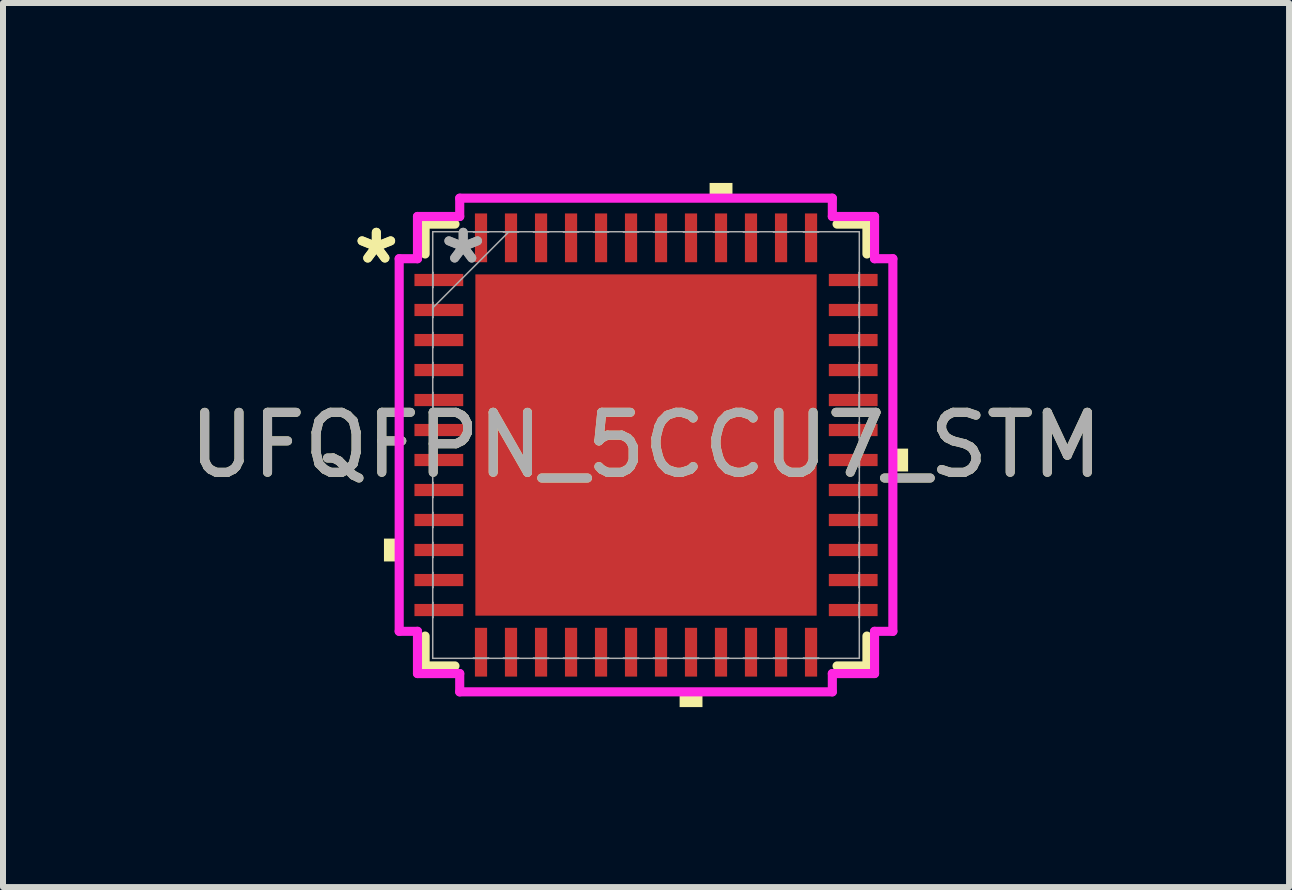
<source format=kicad_pcb>
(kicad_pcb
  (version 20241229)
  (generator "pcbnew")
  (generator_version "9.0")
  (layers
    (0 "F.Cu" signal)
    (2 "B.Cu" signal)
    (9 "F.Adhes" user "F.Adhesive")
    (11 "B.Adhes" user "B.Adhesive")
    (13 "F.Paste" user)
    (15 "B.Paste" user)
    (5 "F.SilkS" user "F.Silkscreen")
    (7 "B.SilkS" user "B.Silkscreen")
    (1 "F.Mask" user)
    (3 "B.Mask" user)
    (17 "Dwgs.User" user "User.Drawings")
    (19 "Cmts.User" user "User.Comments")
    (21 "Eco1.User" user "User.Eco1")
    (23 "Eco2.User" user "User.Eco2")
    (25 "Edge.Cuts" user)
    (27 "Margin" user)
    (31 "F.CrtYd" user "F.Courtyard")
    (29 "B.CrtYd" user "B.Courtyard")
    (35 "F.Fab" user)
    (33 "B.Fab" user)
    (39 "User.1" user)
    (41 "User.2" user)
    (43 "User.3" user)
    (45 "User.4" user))
  (footprint "UFQFPN_5CCU7_STM"
    (layer "F.Cu")
    (at 7.72 4.369)
    (property "Reference" "UFQFPN_5CCU7_STM" (at 0 0 0) (unlocked yes) (layer "F.SilkS") (effects (font (size 1 1) (thickness 0.15))))
    (attr smd)
    (fp_line (start -3.683 -3.683) (end -3.683 -3.185) (stroke (width 0.152) (type solid)) (layer "F.SilkS"))
    (fp_line (start -3.683 3.185) (end -3.683 3.683) (stroke (width 0.152) (type solid)) (layer "F.SilkS"))
    (fp_line (start -3.683 3.683) (end -3.185 3.683) (stroke (width 0.152) (type solid)) (layer "F.SilkS"))
    (fp_line (start -3.185 -3.683) (end -3.683 -3.683) (stroke (width 0.152) (type solid)) (layer "F.SilkS"))
    (fp_line (start 3.185 3.683) (end 3.683 3.683) (stroke (width 0.152) (type solid)) (layer "F.SilkS"))
    (fp_line (start 3.683 -3.683) (end 3.185 -3.683) (stroke (width 0.152) (type solid)) (layer "F.SilkS"))
    (fp_line (start 3.683 -3.185) (end 3.683 -3.683) (stroke (width 0.152) (type solid)) (layer "F.SilkS"))
    (fp_line (start 3.683 3.683) (end 3.683 3.185) (stroke (width 0.152) (type solid)) (layer "F.SilkS"))
    (fp_poly (pts (xy -4.369 1.56) (xy -4.369 1.941) (xy -4.115 1.941) (xy -4.115 1.56)) (stroke (width 0) (type solid)) (fill yes) (layer "F.SilkS"))
    (fp_poly (pts (xy 0.56 4.115) (xy 0.56 4.369) (xy 0.941 4.369) (xy 0.941 4.115)) (stroke (width 0) (type solid)) (fill yes) (layer "F.SilkS"))
    (fp_poly (pts (xy 1.06 -4.115) (xy 1.06 -4.369) (xy 1.441 -4.369) (xy 1.441 -4.115)) (stroke (width 0) (type solid)) (fill yes) (layer "F.SilkS"))
    (fp_poly (pts (xy 4.369 0.06) (xy 4.369 0.441) (xy 4.115 0.441) (xy 4.115 0.06)) (stroke (width 0) (type solid)) (fill yes) (layer "F.SilkS"))
    (fp_poly (pts (xy -2.745 -2.745) (xy -2.745 -1.522) (xy -1.522 -1.522) (xy -1.522 -2.745)) (stroke (width 0) (type solid)) (fill yes) (layer "F.Paste"))
    (fp_poly (pts (xy -2.745 -1.322) (xy -2.745 -0.1) (xy -1.522 -0.1) (xy -1.522 -1.322)) (stroke (width 0) (type solid)) (fill yes) (layer "F.Paste"))
    (fp_poly (pts (xy -2.745 0.1) (xy -2.745 1.322) (xy -1.522 1.322) (xy -1.522 0.1)) (stroke (width 0) (type solid)) (fill yes) (layer "F.Paste"))
    (fp_poly (pts (xy -2.745 1.522) (xy -2.745 2.745) (xy -1.522 2.745) (xy -1.522 1.522)) (stroke (width 0) (type solid)) (fill yes) (layer "F.Paste"))
    (fp_poly (pts (xy -1.322 -2.745) (xy -1.322 -1.522) (xy -0.1 -1.522) (xy -0.1 -2.745)) (stroke (width 0) (type solid)) (fill yes) (layer "F.Paste"))
    (fp_poly (pts (xy -1.322 -1.322) (xy -1.322 -0.1) (xy -0.1 -0.1) (xy -0.1 -1.322)) (stroke (width 0) (type solid)) (fill yes) (layer "F.Paste"))
    (fp_poly (pts (xy -1.322 0.1) (xy -1.322 1.322) (xy -0.1 1.322) (xy -0.1 0.1)) (stroke (width 0) (type solid)) (fill yes) (layer "F.Paste"))
    (fp_poly (pts (xy -1.322 1.522) (xy -1.322 2.745) (xy -0.1 2.745) (xy -0.1 1.522)) (stroke (width 0) (type solid)) (fill yes) (layer "F.Paste"))
    (fp_poly (pts (xy 0.1 -2.745) (xy 0.1 -1.522) (xy 1.322 -1.522) (xy 1.322 -2.745)) (stroke (width 0) (type solid)) (fill yes) (layer "F.Paste"))
    (fp_poly (pts (xy 0.1 -1.322) (xy 0.1 -0.1) (xy 1.322 -0.1) (xy 1.322 -1.322)) (stroke (width 0) (type solid)) (fill yes) (layer "F.Paste"))
    (fp_poly (pts (xy 0.1 0.1) (xy 0.1 1.322) (xy 1.322 1.322) (xy 1.322 0.1)) (stroke (width 0) (type solid)) (fill yes) (layer "F.Paste"))
    (fp_poly (pts (xy 0.1 1.522) (xy 0.1 2.745) (xy 1.322 2.745) (xy 1.322 1.522)) (stroke (width 0) (type solid)) (fill yes) (layer "F.Paste"))
    (fp_poly (pts (xy 1.522 -2.745) (xy 1.522 -1.522) (xy 2.745 -1.522) (xy 2.745 -2.745)) (stroke (width 0) (type solid)) (fill yes) (layer "F.Paste"))
    (fp_poly (pts (xy 1.522 -1.322) (xy 1.522 -0.1) (xy 2.745 -0.1) (xy 2.745 -1.322)) (stroke (width 0) (type solid)) (fill yes) (layer "F.Paste"))
    (fp_poly (pts (xy 1.522 0.1) (xy 1.522 1.322) (xy 2.745 1.322) (xy 2.745 0.1)) (stroke (width 0) (type solid)) (fill yes) (layer "F.Paste"))
    (fp_poly (pts (xy 1.522 1.522) (xy 1.522 2.745) (xy 2.745 2.745) (xy 2.745 1.522)) (stroke (width 0) (type solid)) (fill yes) (layer "F.Paste"))
    (fp_line (start -4.115 -3.106) (end -3.81 -3.106) (stroke (width 0.152) (type solid)) (layer "F.CrtYd"))
    (fp_line (start -4.115 3.106) (end -4.115 -3.106) (stroke (width 0.152) (type solid)) (layer "F.CrtYd"))
    (fp_line (start -3.81 -3.81) (end -3.106 -3.81) (stroke (width 0.152) (type solid)) (layer "F.CrtYd"))
    (fp_line (start -3.81 -3.106) (end -3.81 -3.81) (stroke (width 0.152) (type solid)) (layer "F.CrtYd"))
    (fp_line (start -3.81 3.106) (end -4.115 3.106) (stroke (width 0.152) (type solid)) (layer "F.CrtYd"))
    (fp_line (start -3.81 3.81) (end -3.81 3.106) (stroke (width 0.152) (type solid)) (layer "F.CrtYd"))
    (fp_line (start -3.106 -4.115) (end 3.106 -4.115) (stroke (width 0.152) (type solid)) (layer "F.CrtYd"))
    (fp_line (start -3.106 -3.81) (end -3.106 -4.115) (stroke (width 0.152) (type solid)) (layer "F.CrtYd"))
    (fp_line (start -3.106 3.81) (end -3.81 3.81) (stroke (width 0.152) (type solid)) (layer "F.CrtYd"))
    (fp_line (start -3.106 4.115) (end -3.106 3.81) (stroke (width 0.152) (type solid)) (layer "F.CrtYd"))
    (fp_line (start 3.106 -4.115) (end 3.106 -3.81) (stroke (width 0.152) (type solid)) (layer "F.CrtYd"))
    (fp_line (start 3.106 -3.81) (end 3.81 -3.81) (stroke (width 0.152) (type solid)) (layer "F.CrtYd"))
    (fp_line (start 3.106 3.81) (end 3.106 4.115) (stroke (width 0.152) (type solid)) (layer "F.CrtYd"))
    (fp_line (start 3.106 4.115) (end -3.106 4.115) (stroke (width 0.152) (type solid)) (layer "F.CrtYd"))
    (fp_line (start 3.81 -3.81) (end 3.81 -3.106) (stroke (width 0.152) (type solid)) (layer "F.CrtYd"))
    (fp_line (start 3.81 -3.106) (end 4.115 -3.106) (stroke (width 0.152) (type solid)) (layer "F.CrtYd"))
    (fp_line (start 3.81 3.106) (end 3.81 3.81) (stroke (width 0.152) (type solid)) (layer "F.CrtYd"))
    (fp_line (start 3.81 3.81) (end 3.106 3.81) (stroke (width 0.152) (type solid)) (layer "F.CrtYd"))
    (fp_line (start 4.115 -3.106) (end 4.115 3.106) (stroke (width 0.152) (type solid)) (layer "F.CrtYd"))
    (fp_line (start 4.115 3.106) (end 3.81 3.106) (stroke (width 0.152) (type solid)) (layer "F.CrtYd"))
    (fp_line (start -3.556 -3.556) (end -3.556 -3.556) (stroke (width 0.025) (type solid)) (layer "F.Fab"))
    (fp_line (start -3.556 -3.556) (end -3.556 3.556) (stroke (width 0.025) (type solid)) (layer "F.Fab"))
    (fp_line (start -3.556 -2.878) (end -3.556 -2.878) (stroke (width 0.025) (type solid)) (layer "F.Fab"))
    (fp_line (start -3.556 -2.878) (end -3.556 -2.624) (stroke (width 0.025) (type solid)) (layer "F.Fab"))
    (fp_line (start -3.556 -2.624) (end -3.556 -2.878) (stroke (width 0.025) (type solid)) (layer "F.Fab"))
    (fp_line (start -3.556 -2.624) (end -3.556 -2.624) (stroke (width 0.025) (type solid)) (layer "F.Fab"))
    (fp_line (start -3.556 -2.378) (end -3.556 -2.378) (stroke (width 0.025) (type solid)) (layer "F.Fab"))
    (fp_line (start -3.556 -2.378) (end -3.556 -2.124) (stroke (width 0.025) (type solid)) (layer "F.Fab"))
    (fp_line (start -3.556 -2.286) (end -2.286 -3.556) (stroke (width 0.025) (type solid)) (layer "F.Fab"))
    (fp_line (start -3.556 -2.124) (end -3.556 -2.378) (stroke (width 0.025) (type solid)) (layer "F.Fab"))
    (fp_line (start -3.556 -2.124) (end -3.556 -2.124) (stroke (width 0.025) (type solid)) (layer "F.Fab"))
    (fp_line (start -3.556 -1.877) (end -3.556 -1.877) (stroke (width 0.025) (type solid)) (layer "F.Fab"))
    (fp_line (start -3.556 -1.877) (end -3.556 -1.623) (stroke (width 0.025) (type solid)) (layer "F.Fab"))
    (fp_line (start -3.556 -1.623) (end -3.556 -1.877) (stroke (width 0.025) (type solid)) (layer "F.Fab"))
    (fp_line (start -3.556 -1.623) (end -3.556 -1.623) (stroke (width 0.025) (type solid)) (layer "F.Fab"))
    (fp_line (start -3.556 -1.377) (end -3.556 -1.377) (stroke (width 0.025) (type solid)) (layer "F.Fab"))
    (fp_line (start -3.556 -1.377) (end -3.556 -1.123) (stroke (width 0.025) (type solid)) (layer "F.Fab"))
    (fp_line (start -3.556 -1.123) (end -3.556 -1.377) (stroke (width 0.025) (type solid)) (layer "F.Fab"))
    (fp_line (start -3.556 -1.123) (end -3.556 -1.123) (stroke (width 0.025) (type solid)) (layer "F.Fab"))
    (fp_line (start -3.556 -0.877) (end -3.556 -0.877) (stroke (width 0.025) (type solid)) (layer "F.Fab"))
    (fp_line (start -3.556 -0.877) (end -3.556 -0.623) (stroke (width 0.025) (type solid)) (layer "F.Fab"))
    (fp_line (start -3.556 -0.623) (end -3.556 -0.877) (stroke (width 0.025) (type solid)) (layer "F.Fab"))
    (fp_line (start -3.556 -0.623) (end -3.556 -0.623) (stroke (width 0.025) (type solid)) (layer "F.Fab"))
    (fp_line (start -3.556 -0.377) (end -3.556 -0.377) (stroke (width 0.025) (type solid)) (layer "F.Fab"))
    (fp_line (start -3.556 -0.377) (end -3.556 -0.123) (stroke (width 0.025) (type solid)) (layer "F.Fab"))
    (fp_line (start -3.556 -0.123) (end -3.556 -0.377) (stroke (width 0.025) (type solid)) (layer "F.Fab"))
    (fp_line (start -3.556 -0.123) (end -3.556 -0.123) (stroke (width 0.025) (type solid)) (layer "F.Fab"))
    (fp_line (start -3.556 0.123) (end -3.556 0.123) (stroke (width 0.025) (type solid)) (layer "F.Fab"))
    (fp_line (start -3.556 0.123) (end -3.556 0.377) (stroke (width 0.025) (type solid)) (layer "F.Fab"))
    (fp_line (start -3.556 0.377) (end -3.556 0.123) (stroke (width 0.025) (type solid)) (layer "F.Fab"))
    (fp_line (start -3.556 0.377) (end -3.556 0.377) (stroke (width 0.025) (type solid)) (layer "F.Fab"))
    (fp_line (start -3.556 0.623) (end -3.556 0.623) (stroke (width 0.025) (type solid)) (layer "F.Fab"))
    (fp_line (start -3.556 0.623) (end -3.556 0.877) (stroke (width 0.025) (type solid)) (layer "F.Fab"))
    (fp_line (start -3.556 0.877) (end -3.556 0.623) (stroke (width 0.025) (type solid)) (layer "F.Fab"))
    (fp_line (start -3.556 0.877) (end -3.556 0.877) (stroke (width 0.025) (type solid)) (layer "F.Fab"))
    (fp_line (start -3.556 1.123) (end -3.556 1.123) (stroke (width 0.025) (type solid)) (layer "F.Fab"))
    (fp_line (start -3.556 1.123) (end -3.556 1.377) (stroke (width 0.025) (type solid)) (layer "F.Fab"))
    (fp_line (start -3.556 1.377) (end -3.556 1.123) (stroke (width 0.025) (type solid)) (layer "F.Fab"))
    (fp_line (start -3.556 1.377) (end -3.556 1.377) (stroke (width 0.025) (type solid)) (layer "F.Fab"))
    (fp_line (start -3.556 1.623) (end -3.556 1.623) (stroke (width 0.025) (type solid)) (layer "F.Fab"))
    (fp_line (start -3.556 1.623) (end -3.556 1.877) (stroke (width 0.025) (type solid)) (layer "F.Fab"))
    (fp_line (start -3.556 1.877) (end -3.556 1.623) (stroke (width 0.025) (type solid)) (layer "F.Fab"))
    (fp_line (start -3.556 1.877) (end -3.556 1.877) (stroke (width 0.025) (type solid)) (layer "F.Fab"))
    (fp_line (start -3.556 2.124) (end -3.556 2.124) (stroke (width 0.025) (type solid)) (layer "F.Fab"))
    (fp_line (start -3.556 2.124) (end -3.556 2.378) (stroke (width 0.025) (type solid)) (layer "F.Fab"))
    (fp_line (start -3.556 2.378) (end -3.556 2.124) (stroke (width 0.025) (type solid)) (layer "F.Fab"))
    (fp_line (start -3.556 2.378) (end -3.556 2.378) (stroke (width 0.025) (type solid)) (layer "F.Fab"))
    (fp_line (start -3.556 2.624) (end -3.556 2.624) (stroke (width 0.025) (type solid)) (layer "F.Fab"))
    (fp_line (start -3.556 2.624) (end -3.556 2.878) (stroke (width 0.025) (type solid)) (layer "F.Fab"))
    (fp_line (start -3.556 2.878) (end -3.556 2.624) (stroke (width 0.025) (type solid)) (layer "F.Fab"))
    (fp_line (start -3.556 2.878) (end -3.556 2.878) (stroke (width 0.025) (type solid)) (layer "F.Fab"))
    (fp_line (start -3.556 3.556) (end -3.556 3.556) (stroke (width 0.025) (type solid)) (layer "F.Fab"))
    (fp_line (start -3.556 3.556) (end 3.556 3.556) (stroke (width 0.025) (type solid)) (layer "F.Fab"))
    (fp_line (start -2.878 -3.556) (end -2.878 -3.556) (stroke (width 0.025) (type solid)) (layer "F.Fab"))
    (fp_line (start -2.878 -3.556) (end -2.624 -3.556) (stroke (width 0.025) (type solid)) (layer "F.Fab"))
    (fp_line (start -2.878 3.556) (end -2.878 3.556) (stroke (width 0.025) (type solid)) (layer "F.Fab"))
    (fp_line (start -2.878 3.556) (end -2.624 3.556) (stroke (width 0.025) (type solid)) (layer "F.Fab"))
    (fp_line (start -2.624 -3.556) (end -2.878 -3.556) (stroke (width 0.025) (type solid)) (layer "F.Fab"))
    (fp_line (start -2.624 -3.556) (end -2.624 -3.556) (stroke (width 0.025) (type solid)) (layer "F.Fab"))
    (fp_line (start -2.624 3.556) (end -2.878 3.556) (stroke (width 0.025) (type solid)) (layer "F.Fab"))
    (fp_line (start -2.624 3.556) (end -2.624 3.556) (stroke (width 0.025) (type solid)) (layer "F.Fab"))
    (fp_line (start -2.378 -3.556) (end -2.378 -3.556) (stroke (width 0.025) (type solid)) (layer "F.Fab"))
    (fp_line (start -2.378 -3.556) (end -2.124 -3.556) (stroke (width 0.025) (type solid)) (layer "F.Fab"))
    (fp_line (start -2.378 3.556) (end -2.378 3.556) (stroke (width 0.025) (type solid)) (layer "F.Fab"))
    (fp_line (start -2.378 3.556) (end -2.124 3.556) (stroke (width 0.025) (type solid)) (layer "F.Fab"))
    (fp_line (start -2.124 -3.556) (end -2.378 -3.556) (stroke (width 0.025) (type solid)) (layer "F.Fab"))
    (fp_line (start -2.124 -3.556) (end -2.124 -3.556) (stroke (width 0.025) (type solid)) (layer "F.Fab"))
    (fp_line (start -2.124 3.556) (end -2.378 3.556) (stroke (width 0.025) (type solid)) (layer "F.Fab"))
    (fp_line (start -2.124 3.556) (end -2.124 3.556) (stroke (width 0.025) (type solid)) (layer "F.Fab"))
    (fp_line (start -1.877 -3.556) (end -1.877 -3.556) (stroke (width 0.025) (type solid)) (layer "F.Fab"))
    (fp_line (start -1.877 -3.556) (end -1.623 -3.556) (stroke (width 0.025) (type solid)) (layer "F.Fab"))
    (fp_line (start -1.877 3.556) (end -1.877 3.556) (stroke (width 0.025) (type solid)) (layer "F.Fab"))
    (fp_line (start -1.877 3.556) (end -1.623 3.556) (stroke (width 0.025) (type solid)) (layer "F.Fab"))
    (fp_line (start -1.623 -3.556) (end -1.877 -3.556) (stroke (width 0.025) (type solid)) (layer "F.Fab"))
    (fp_line (start -1.623 -3.556) (end -1.623 -3.556) (stroke (width 0.025) (type solid)) (layer "F.Fab"))
    (fp_line (start -1.623 3.556) (end -1.877 3.556) (stroke (width 0.025) (type solid)) (layer "F.Fab"))
    (fp_line (start -1.623 3.556) (end -1.623 3.556) (stroke (width 0.025) (type solid)) (layer "F.Fab"))
    (fp_line (start -1.377 -3.556) (end -1.377 -3.556) (stroke (width 0.025) (type solid)) (layer "F.Fab"))
    (fp_line (start -1.377 -3.556) (end -1.123 -3.556) (stroke (width 0.025) (type solid)) (layer "F.Fab"))
    (fp_line (start -1.377 3.556) (end -1.377 3.556) (stroke (width 0.025) (type solid)) (layer "F.Fab"))
    (fp_line (start -1.377 3.556) (end -1.123 3.556) (stroke (width 0.025) (type solid)) (layer "F.Fab"))
    (fp_line (start -1.123 -3.556) (end -1.377 -3.556) (stroke (width 0.025) (type solid)) (layer "F.Fab"))
    (fp_line (start -1.123 -3.556) (end -1.123 -3.556) (stroke (width 0.025) (type solid)) (layer "F.Fab"))
    (fp_line (start -1.123 3.556) (end -1.377 3.556) (stroke (width 0.025) (type solid)) (layer "F.Fab"))
    (fp_line (start -1.123 3.556) (end -1.123 3.556) (stroke (width 0.025) (type solid)) (layer "F.Fab"))
    (fp_line (start -0.877 -3.556) (end -0.877 -3.556) (stroke (width 0.025) (type solid)) (layer "F.Fab"))
    (fp_line (start -0.877 -3.556) (end -0.623 -3.556) (stroke (width 0.025) (type solid)) (layer "F.Fab"))
    (fp_line (start -0.877 3.556) (end -0.877 3.556) (stroke (width 0.025) (type solid)) (layer "F.Fab"))
    (fp_line (start -0.877 3.556) (end -0.623 3.556) (stroke (width 0.025) (type solid)) (layer "F.Fab"))
    (fp_line (start -0.623 -3.556) (end -0.877 -3.556) (stroke (width 0.025) (type solid)) (layer "F.Fab"))
    (fp_line (start -0.623 -3.556) (end -0.623 -3.556) (stroke (width 0.025) (type solid)) (layer "F.Fab"))
    (fp_line (start -0.623 3.556) (end -0.877 3.556) (stroke (width 0.025) (type solid)) (layer "F.Fab"))
    (fp_line (start -0.623 3.556) (end -0.623 3.556) (stroke (width 0.025) (type solid)) (layer "F.Fab"))
    (fp_line (start -0.377 -3.556) (end -0.377 -3.556) (stroke (width 0.025) (type solid)) (layer "F.Fab"))
    (fp_line (start -0.377 -3.556) (end -0.123 -3.556) (stroke (width 0.025) (type solid)) (layer "F.Fab"))
    (fp_line (start -0.377 3.556) (end -0.377 3.556) (stroke (width 0.025) (type solid)) (layer "F.Fab"))
    (fp_line (start -0.377 3.556) (end -0.123 3.556) (stroke (width 0.025) (type solid)) (layer "F.Fab"))
    (fp_line (start -0.123 -3.556) (end -0.377 -3.556) (stroke (width 0.025) (type solid)) (layer "F.Fab"))
    (fp_line (start -0.123 -3.556) (end -0.123 -3.556) (stroke (width 0.025) (type solid)) (layer "F.Fab"))
    (fp_line (start -0.123 3.556) (end -0.377 3.556) (stroke (width 0.025) (type solid)) (layer "F.Fab"))
    (fp_line (start -0.123 3.556) (end -0.123 3.556) (stroke (width 0.025) (type solid)) (layer "F.Fab"))
    (fp_line (start 0.123 -3.556) (end 0.123 -3.556) (stroke (width 0.025) (type solid)) (layer "F.Fab"))
    (fp_line (start 0.123 -3.556) (end 0.377 -3.556) (stroke (width 0.025) (type solid)) (layer "F.Fab"))
    (fp_line (start 0.123 3.556) (end 0.123 3.556) (stroke (width 0.025) (type solid)) (layer "F.Fab"))
    (fp_line (start 0.123 3.556) (end 0.377 3.556) (stroke (width 0.025) (type solid)) (layer "F.Fab"))
    (fp_line (start 0.377 -3.556) (end 0.123 -3.556) (stroke (width 0.025) (type solid)) (layer "F.Fab"))
    (fp_line (start 0.377 -3.556) (end 0.377 -3.556) (stroke (width 0.025) (type solid)) (layer "F.Fab"))
    (fp_line (start 0.377 3.556) (end 0.123 3.556) (stroke (width 0.025) (type solid)) (layer "F.Fab"))
    (fp_line (start 0.377 3.556) (end 0.377 3.556) (stroke (width 0.025) (type solid)) (layer "F.Fab"))
    (fp_line (start 0.623 -3.556) (end 0.623 -3.556) (stroke (width 0.025) (type solid)) (layer "F.Fab"))
    (fp_line (start 0.623 -3.556) (end 0.877 -3.556) (stroke (width 0.025) (type solid)) (layer "F.Fab"))
    (fp_line (start 0.623 3.556) (end 0.623 3.556) (stroke (width 0.025) (type solid)) (layer "F.Fab"))
    (fp_line (start 0.623 3.556) (end 0.877 3.556) (stroke (width 0.025) (type solid)) (layer "F.Fab"))
    (fp_line (start 0.877 -3.556) (end 0.623 -3.556) (stroke (width 0.025) (type solid)) (layer "F.Fab"))
    (fp_line (start 0.877 -3.556) (end 0.877 -3.556) (stroke (width 0.025) (type solid)) (layer "F.Fab"))
    (fp_line (start 0.877 3.556) (end 0.623 3.556) (stroke (width 0.025) (type solid)) (layer "F.Fab"))
    (fp_line (start 0.877 3.556) (end 0.877 3.556) (stroke (width 0.025) (type solid)) (layer "F.Fab"))
    (fp_line (start 1.123 -3.556) (end 1.123 -3.556) (stroke (width 0.025) (type solid)) (layer "F.Fab"))
    (fp_line (start 1.123 -3.556) (end 1.377 -3.556) (stroke (width 0.025) (type solid)) (layer "F.Fab"))
    (fp_line (start 1.123 3.556) (end 1.123 3.556) (stroke (width 0.025) (type solid)) (layer "F.Fab"))
    (fp_line (start 1.123 3.556) (end 1.377 3.556) (stroke (width 0.025) (type solid)) (layer "F.Fab"))
    (fp_line (start 1.377 -3.556) (end 1.123 -3.556) (stroke (width 0.025) (type solid)) (layer "F.Fab"))
    (fp_line (start 1.377 -3.556) (end 1.377 -3.556) (stroke (width 0.025) (type solid)) (layer "F.Fab"))
    (fp_line (start 1.377 3.556) (end 1.123 3.556) (stroke (width 0.025) (type solid)) (layer "F.Fab"))
    (fp_line (start 1.377 3.556) (end 1.377 3.556) (stroke (width 0.025) (type solid)) (layer "F.Fab"))
    (fp_line (start 1.623 -3.556) (end 1.623 -3.556) (stroke (width 0.025) (type solid)) (layer "F.Fab"))
    (fp_line (start 1.623 -3.556) (end 1.877 -3.556) (stroke (width 0.025) (type solid)) (layer "F.Fab"))
    (fp_line (start 1.623 3.556) (end 1.623 3.556) (stroke (width 0.025) (type solid)) (layer "F.Fab"))
    (fp_line (start 1.623 3.556) (end 1.877 3.556) (stroke (width 0.025) (type solid)) (layer "F.Fab"))
    (fp_line (start 1.877 -3.556) (end 1.623 -3.556) (stroke (width 0.025) (type solid)) (layer "F.Fab"))
    (fp_line (start 1.877 -3.556) (end 1.877 -3.556) (stroke (width 0.025) (type solid)) (layer "F.Fab"))
    (fp_line (start 1.877 3.556) (end 1.623 3.556) (stroke (width 0.025) (type solid)) (layer "F.Fab"))
    (fp_line (start 1.877 3.556) (end 1.877 3.556) (stroke (width 0.025) (type solid)) (layer "F.Fab"))
    (fp_line (start 2.124 -3.556) (end 2.124 -3.556) (stroke (width 0.025) (type solid)) (layer "F.Fab"))
    (fp_line (start 2.124 -3.556) (end 2.378 -3.556) (stroke (width 0.025) (type solid)) (layer "F.Fab"))
    (fp_line (start 2.124 3.556) (end 2.124 3.556) (stroke (width 0.025) (type solid)) (layer "F.Fab"))
    (fp_line (start 2.124 3.556) (end 2.378 3.556) (stroke (width 0.025) (type solid)) (layer "F.Fab"))
    (fp_line (start 2.378 -3.556) (end 2.124 -3.556) (stroke (width 0.025) (type solid)) (layer "F.Fab"))
    (fp_line (start 2.378 -3.556) (end 2.378 -3.556) (stroke (width 0.025) (type solid)) (layer "F.Fab"))
    (fp_line (start 2.378 3.556) (end 2.124 3.556) (stroke (width 0.025) (type solid)) (layer "F.Fab"))
    (fp_line (start 2.378 3.556) (end 2.378 3.556) (stroke (width 0.025) (type solid)) (layer "F.Fab"))
    (fp_line (start 2.624 -3.556) (end 2.624 -3.556) (stroke (width 0.025) (type solid)) (layer "F.Fab"))
    (fp_line (start 2.624 -3.556) (end 2.878 -3.556) (stroke (width 0.025) (type solid)) (layer "F.Fab"))
    (fp_line (start 2.624 3.556) (end 2.624 3.556) (stroke (width 0.025) (type solid)) (layer "F.Fab"))
    (fp_line (start 2.624 3.556) (end 2.878 3.556) (stroke (width 0.025) (type solid)) (layer "F.Fab"))
    (fp_line (start 2.878 -3.556) (end 2.624 -3.556) (stroke (width 0.025) (type solid)) (layer "F.Fab"))
    (fp_line (start 2.878 -3.556) (end 2.878 -3.556) (stroke (width 0.025) (type solid)) (layer "F.Fab"))
    (fp_line (start 2.878 3.556) (end 2.624 3.556) (stroke (width 0.025) (type solid)) (layer "F.Fab"))
    (fp_line (start 2.878 3.556) (end 2.878 3.556) (stroke (width 0.025) (type solid)) (layer "F.Fab"))
    (fp_line (start 3.556 -3.556) (end -3.556 -3.556) (stroke (width 0.025) (type solid)) (layer "F.Fab"))
    (fp_line (start 3.556 -3.556) (end 3.556 -3.556) (stroke (width 0.025) (type solid)) (layer "F.Fab"))
    (fp_line (start 3.556 -2.878) (end 3.556 -2.878) (stroke (width 0.025) (type solid)) (layer "F.Fab"))
    (fp_line (start 3.556 -2.878) (end 3.556 -2.624) (stroke (width 0.025) (type solid)) (layer "F.Fab"))
    (fp_line (start 3.556 -2.624) (end 3.556 -2.878) (stroke (width 0.025) (type solid)) (layer "F.Fab"))
    (fp_line (start 3.556 -2.624) (end 3.556 -2.624) (stroke (width 0.025) (type solid)) (layer "F.Fab"))
    (fp_line (start 3.556 -2.378) (end 3.556 -2.378) (stroke (width 0.025) (type solid)) (layer "F.Fab"))
    (fp_line (start 3.556 -2.378) (end 3.556 -2.124) (stroke (width 0.025) (type solid)) (layer "F.Fab"))
    (fp_line (start 3.556 -2.124) (end 3.556 -2.378) (stroke (width 0.025) (type solid)) (layer "F.Fab"))
    (fp_line (start 3.556 -2.124) (end 3.556 -2.124) (stroke (width 0.025) (type solid)) (layer "F.Fab"))
    (fp_line (start 3.556 -1.877) (end 3.556 -1.877) (stroke (width 0.025) (type solid)) (layer "F.Fab"))
    (fp_line (start 3.556 -1.877) (end 3.556 -1.623) (stroke (width 0.025) (type solid)) (layer "F.Fab"))
    (fp_line (start 3.556 -1.623) (end 3.556 -1.877) (stroke (width 0.025) (type solid)) (layer "F.Fab"))
    (fp_line (start 3.556 -1.623) (end 3.556 -1.623) (stroke (width 0.025) (type solid)) (layer "F.Fab"))
    (fp_line (start 3.556 -1.377) (end 3.556 -1.377) (stroke (width 0.025) (type solid)) (layer "F.Fab"))
    (fp_line (start 3.556 -1.377) (end 3.556 -1.123) (stroke (width 0.025) (type solid)) (layer "F.Fab"))
    (fp_line (start 3.556 -1.123) (end 3.556 -1.377) (stroke (width 0.025) (type solid)) (layer "F.Fab"))
    (fp_line (start 3.556 -1.123) (end 3.556 -1.123) (stroke (width 0.025) (type solid)) (layer "F.Fab"))
    (fp_line (start 3.556 -0.877) (end 3.556 -0.877) (stroke (width 0.025) (type solid)) (layer "F.Fab"))
    (fp_line (start 3.556 -0.877) (end 3.556 -0.623) (stroke (width 0.025) (type solid)) (layer "F.Fab"))
    (fp_line (start 3.556 -0.623) (end 3.556 -0.877) (stroke (width 0.025) (type solid)) (layer "F.Fab"))
    (fp_line (start 3.556 -0.623) (end 3.556 -0.623) (stroke (width 0.025) (type solid)) (layer "F.Fab"))
    (fp_line (start 3.556 -0.377) (end 3.556 -0.377) (stroke (width 0.025) (type solid)) (layer "F.Fab"))
    (fp_line (start 3.556 -0.377) (end 3.556 -0.123) (stroke (width 0.025) (type solid)) (layer "F.Fab"))
    (fp_line (start 3.556 -0.123) (end 3.556 -0.377) (stroke (width 0.025) (type solid)) (layer "F.Fab"))
    (fp_line (start 3.556 -0.123) (end 3.556 -0.123) (stroke (width 0.025) (type solid)) (layer "F.Fab"))
    (fp_line (start 3.556 0.123) (end 3.556 0.123) (stroke (width 0.025) (type solid)) (layer "F.Fab"))
    (fp_line (start 3.556 0.123) (end 3.556 0.377) (stroke (width 0.025) (type solid)) (layer "F.Fab"))
    (fp_line (start 3.556 0.377) (end 3.556 0.123) (stroke (width 0.025) (type solid)) (layer "F.Fab"))
    (fp_line (start 3.556 0.377) (end 3.556 0.377) (stroke (width 0.025) (type solid)) (layer "F.Fab"))
    (fp_line (start 3.556 0.623) (end 3.556 0.623) (stroke (width 0.025) (type solid)) (layer "F.Fab"))
    (fp_line (start 3.556 0.623) (end 3.556 0.877) (stroke (width 0.025) (type solid)) (layer "F.Fab"))
    (fp_line (start 3.556 0.877) (end 3.556 0.623) (stroke (width 0.025) (type solid)) (layer "F.Fab"))
    (fp_line (start 3.556 0.877) (end 3.556 0.877) (stroke (width 0.025) (type solid)) (layer "F.Fab"))
    (fp_line (start 3.556 1.123) (end 3.556 1.123) (stroke (width 0.025) (type solid)) (layer "F.Fab"))
    (fp_line (start 3.556 1.123) (end 3.556 1.377) (stroke (width 0.025) (type solid)) (layer "F.Fab"))
    (fp_line (start 3.556 1.377) (end 3.556 1.123) (stroke (width 0.025) (type solid)) (layer "F.Fab"))
    (fp_line (start 3.556 1.377) (end 3.556 1.377) (stroke (width 0.025) (type solid)) (layer "F.Fab"))
    (fp_line (start 3.556 1.623) (end 3.556 1.623) (stroke (width 0.025) (type solid)) (layer "F.Fab"))
    (fp_line (start 3.556 1.623) (end 3.556 1.877) (stroke (width 0.025) (type solid)) (layer "F.Fab"))
    (fp_line (start 3.556 1.877) (end 3.556 1.623) (stroke (width 0.025) (type solid)) (layer "F.Fab"))
    (fp_line (start 3.556 1.877) (end 3.556 1.877) (stroke (width 0.025) (type solid)) (layer "F.Fab"))
    (fp_line (start 3.556 2.124) (end 3.556 2.124) (stroke (width 0.025) (type solid)) (layer "F.Fab"))
    (fp_line (start 3.556 2.124) (end 3.556 2.378) (stroke (width 0.025) (type solid)) (layer "F.Fab"))
    (fp_line (start 3.556 2.378) (end 3.556 2.124) (stroke (width 0.025) (type solid)) (layer "F.Fab"))
    (fp_line (start 3.556 2.378) (end 3.556 2.378) (stroke (width 0.025) (type solid)) (layer "F.Fab"))
    (fp_line (start 3.556 2.624) (end 3.556 2.624) (stroke (width 0.025) (type solid)) (layer "F.Fab"))
    (fp_line (start 3.556 2.624) (end 3.556 2.878) (stroke (width 0.025) (type solid)) (layer "F.Fab"))
    (fp_line (start 3.556 2.878) (end 3.556 2.624) (stroke (width 0.025) (type solid)) (layer "F.Fab"))
    (fp_line (start 3.556 2.878) (end 3.556 2.878) (stroke (width 0.025) (type solid)) (layer "F.Fab"))
    (fp_line (start 3.556 3.556) (end 3.556 -3.556) (stroke (width 0.025) (type solid)) (layer "F.Fab"))
    (fp_line (start 3.556 3.556) (end 3.556 3.556) (stroke (width 0.025) (type solid)) (layer "F.Fab"))
    (fp_text user "*" (at -4.496 -3.001 0) (unlocked yes) (layer "F.SilkS") (effects (font (size 1 1) (thickness 0.15))))
    (fp_text user "*" (at -4.496 -3.001 0) (layer "F.SilkS") (effects (font (size 1 1) (thickness 0.15))))
    (fp_text user "*" (at -3.048 -3.001 0) (layer "F.Fab") (effects (font (size 1 1) (thickness 0.15))))
    (fp_text user "${REFERENCE}" (at 0 0 0) (unlocked yes) (layer "F.Fab") (effects (font (size 1 1) (thickness 0.15))))
    (fp_text user "*" (at -3.048 -3.001 0) (unlocked yes) (layer "F.Fab") (effects (font (size 1 1) (thickness 0.15))))
    (pad "1" smd rect (at -3.454 -2.751 90) (size 0.203 0.813) (layers "F.Cu" "F.Mask" "F.Paste"))
    (pad "2" smd rect (at -3.454 -2.251 90) (size 0.203 0.813) (layers "F.Cu" "F.Mask" "F.Paste"))
    (pad "3" smd rect (at -3.454 -1.75 90) (size 0.203 0.813) (layers "F.Cu" "F.Mask" "F.Paste"))
    (pad "4" smd rect (at -3.454 -1.25 90) (size 0.203 0.813) (layers "F.Cu" "F.Mask" "F.Paste"))
    (pad "5" smd rect (at -3.454 -0.75 90) (size 0.203 0.813) (layers "F.Cu" "F.Mask" "F.Paste"))
    (pad "6" smd rect (at -3.454 -0.25 90) (size 0.203 0.813) (layers "F.Cu" "F.Mask" "F.Paste"))
    (pad "7" smd rect (at -3.454 0.25 90) (size 0.203 0.813) (layers "F.Cu" "F.Mask" "F.Paste"))
    (pad "8" smd rect (at -3.454 0.75 90) (size 0.203 0.813) (layers "F.Cu" "F.Mask" "F.Paste"))
    (pad "9" smd rect (at -3.454 1.25 90) (size 0.203 0.813) (layers "F.Cu" "F.Mask" "F.Paste"))
    (pad "10" smd rect (at -3.454 1.75 90) (size 0.203 0.813) (layers "F.Cu" "F.Mask" "F.Paste"))
    (pad "11" smd rect (at -3.454 2.251 90) (size 0.203 0.813) (layers "F.Cu" "F.Mask" "F.Paste"))
    (pad "12" smd rect (at -3.454 2.751 90) (size 0.203 0.813) (layers "F.Cu" "F.Mask" "F.Paste"))
    (pad "13" smd rect (at -2.751 3.454) (size 0.203 0.813) (layers "F.Cu" "F.Mask" "F.Paste"))
    (pad "14" smd rect (at -2.251 3.454) (size 0.203 0.813) (layers "F.Cu" "F.Mask" "F.Paste"))
    (pad "15" smd rect (at -1.75 3.454) (size 0.203 0.813) (layers "F.Cu" "F.Mask" "F.Paste"))
    (pad "16" smd rect (at -1.25 3.454) (size 0.203 0.813) (layers "F.Cu" "F.Mask" "F.Paste"))
    (pad "17" smd rect (at -0.75 3.454) (size 0.203 0.813) (layers "F.Cu" "F.Mask" "F.Paste"))
    (pad "18" smd rect (at -0.25 3.454) (size 0.203 0.813) (layers "F.Cu" "F.Mask" "F.Paste"))
    (pad "19" smd rect (at 0.25 3.454) (size 0.203 0.813) (layers "F.Cu" "F.Mask" "F.Paste"))
    (pad "20" smd rect (at 0.75 3.454) (size 0.203 0.813) (layers "F.Cu" "F.Mask" "F.Paste"))
    (pad "21" smd rect (at 1.25 3.454) (size 0.203 0.813) (layers "F.Cu" "F.Mask" "F.Paste"))
    (pad "22" smd rect (at 1.75 3.454) (size 0.203 0.813) (layers "F.Cu" "F.Mask" "F.Paste"))
    (pad "23" smd rect (at 2.251 3.454) (size 0.203 0.813) (layers "F.Cu" "F.Mask" "F.Paste"))
    (pad "24" smd rect (at 2.751 3.454) (size 0.203 0.813) (layers "F.Cu" "F.Mask" "F.Paste"))
    (pad "25" smd rect (at 3.454 2.751 90) (size 0.203 0.813) (layers "F.Cu" "F.Mask" "F.Paste"))
    (pad "26" smd rect (at 3.454 2.251 90) (size 0.203 0.813) (layers "F.Cu" "F.Mask" "F.Paste"))
    (pad "27" smd rect (at 3.454 1.75 90) (size 0.203 0.813) (layers "F.Cu" "F.Mask" "F.Paste"))
    (pad "28" smd rect (at 3.454 1.25 90) (size 0.203 0.813) (layers "F.Cu" "F.Mask" "F.Paste"))
    (pad "29" smd rect (at 3.454 0.75 90) (size 0.203 0.813) (layers "F.Cu" "F.Mask" "F.Paste"))
    (pad "30" smd rect (at 3.454 0.25 90) (size 0.203 0.813) (layers "F.Cu" "F.Mask" "F.Paste"))
    (pad "31" smd rect (at 3.454 -0.25 90) (size 0.203 0.813) (layers "F.Cu" "F.Mask" "F.Paste"))
    (pad "32" smd rect (at 3.454 -0.75 90) (size 0.203 0.813) (layers "F.Cu" "F.Mask" "F.Paste"))
    (pad "33" smd rect (at 3.454 -1.25 90) (size 0.203 0.813) (layers "F.Cu" "F.Mask" "F.Paste"))
    (pad "34" smd rect (at 3.454 -1.75 90) (size 0.203 0.813) (layers "F.Cu" "F.Mask" "F.Paste"))
    (pad "35" smd rect (at 3.454 -2.251 90) (size 0.203 0.813) (layers "F.Cu" "F.Mask" "F.Paste"))
    (pad "36" smd rect (at 3.454 -2.751 90) (size 0.203 0.813) (layers "F.Cu" "F.Mask" "F.Paste"))
    (pad "37" smd rect (at 2.751 -3.454) (size 0.203 0.813) (layers "F.Cu" "F.Mask" "F.Paste"))
    (pad "38" smd rect (at 2.251 -3.454) (size 0.203 0.813) (layers "F.Cu" "F.Mask" "F.Paste"))
    (pad "39" smd rect (at 1.75 -3.454) (size 0.203 0.813) (layers "F.Cu" "F.Mask" "F.Paste"))
    (pad "40" smd rect (at 1.25 -3.454) (size 0.203 0.813) (layers "F.Cu" "F.Mask" "F.Paste"))
    (pad "41" smd rect (at 0.75 -3.454) (size 0.203 0.813) (layers "F.Cu" "F.Mask" "F.Paste"))
    (pad "42" smd rect (at 0.25 -3.454) (size 0.203 0.813) (layers "F.Cu" "F.Mask" "F.Paste"))
    (pad "43" smd rect (at -0.25 -3.454) (size 0.203 0.813) (layers "F.Cu" "F.Mask" "F.Paste"))
    (pad "44" smd rect (at -0.75 -3.454) (size 0.203 0.813) (layers "F.Cu" "F.Mask" "F.Paste"))
    (pad "45" smd rect (at -1.25 -3.454) (size 0.203 0.813) (layers "F.Cu" "F.Mask" "F.Paste"))
    (pad "46" smd rect (at -1.75 -3.454) (size 0.203 0.813) (layers "F.Cu" "F.Mask" "F.Paste"))
    (pad "47" smd rect (at -2.251 -3.454) (size 0.203 0.813) (layers "F.Cu" "F.Mask" "F.Paste"))
    (pad "48" smd rect (at -2.751 -3.454) (size 0.203 0.813) (layers "F.Cu" "F.Mask" "F.Paste"))
    (pad "49" smd rect (at 0 0) (size 5.69 5.69) (layers "F.Cu" "F.Mask" "F.Paste")))
  (gr_rect
    (start -3 -3)
    (end 18.44 11.738)
    (stroke (width 0.1) (type default))
    (fill no)
    (layer "Edge.Cuts")))
</source>
